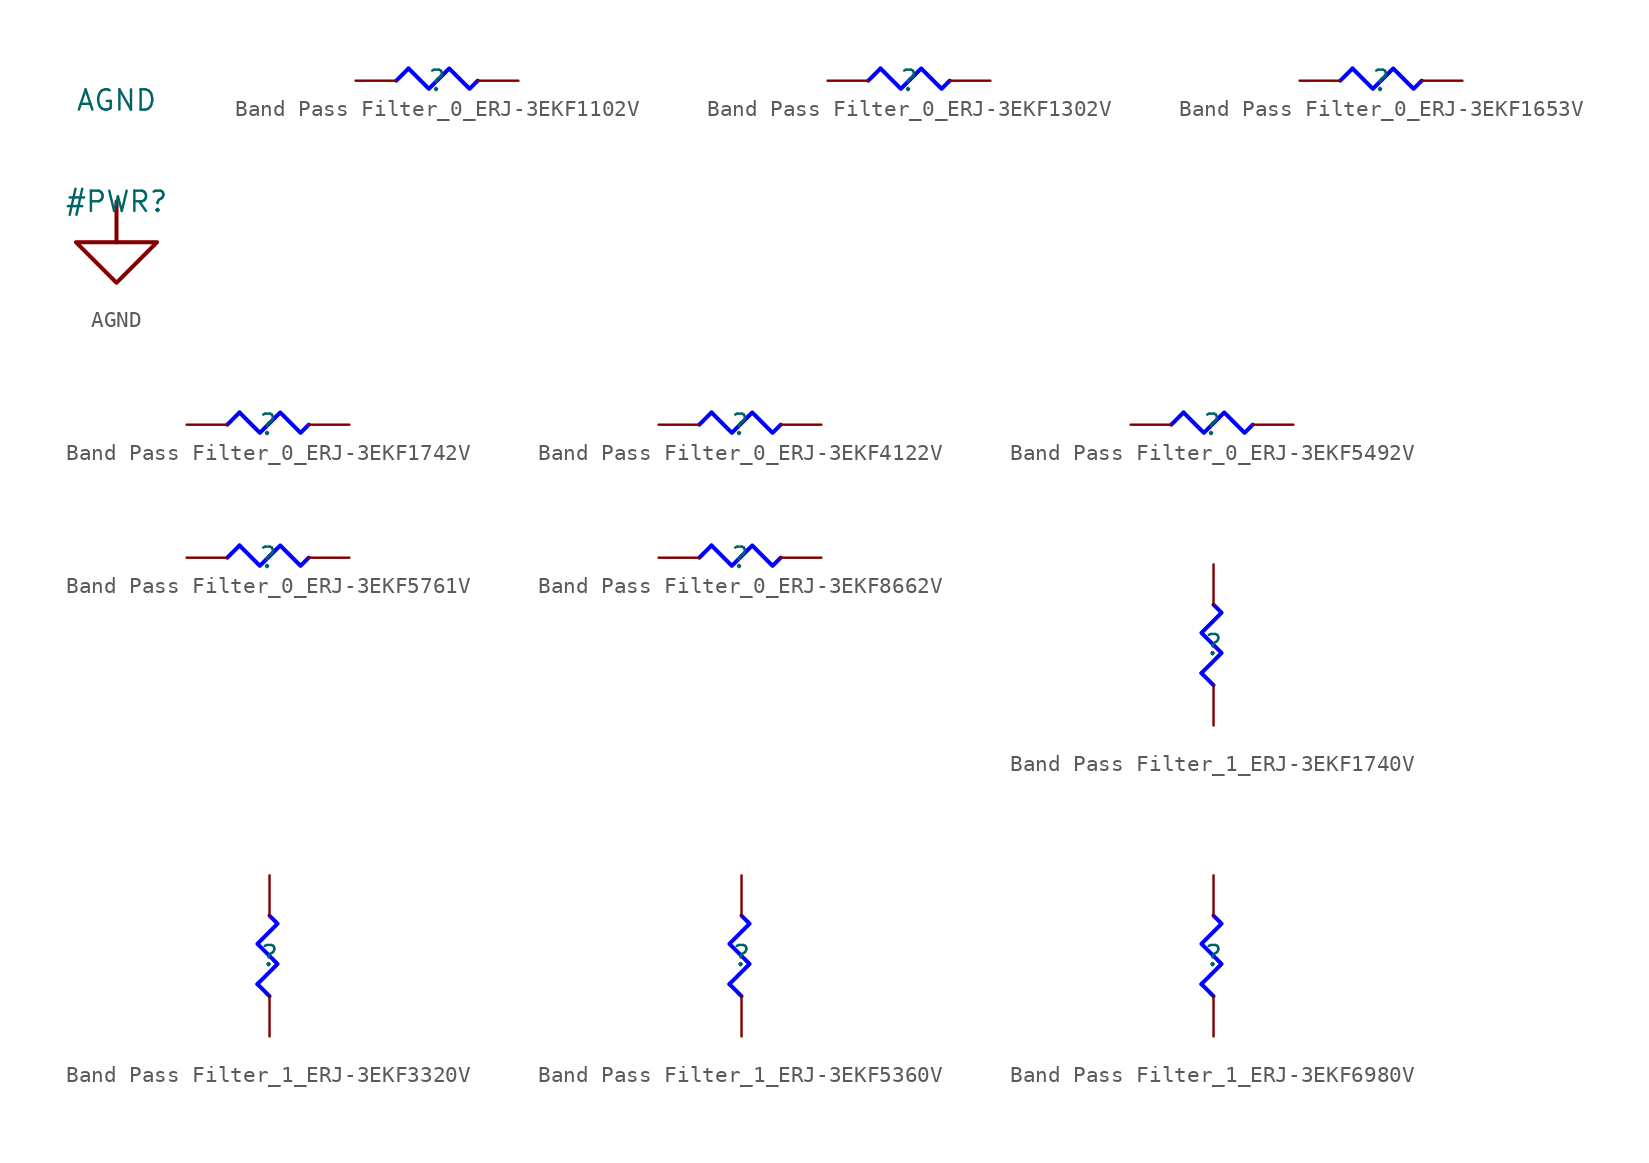
<source format=kicad_sym>
(kicad_symbol_lib
  (version 20220914)
  (generator kicad_symbol_editor)
  (symbol "AGND"
    (power)
    (property "Reference" "#PWR"
      (at 0 0 0)
      (effects (font (size 1.27 1.27))))
    (property "Value" "AGND"
      (at 0 6.35 0)
      (effects (font (size 1.27 1.27))))
    (symbol "AGND_0_0"
      (polyline (pts (xy 0 0) (xy 0 -2.54)) (stroke (width 0.254) (type solid)) (fill (type none)))
      (polyline (pts (xy -2.54 -2.54) (xy 2.54 -2.54) (xy 0 -5.08) (xy -2.54 -2.54)) (stroke (width 0.254) (type solid)) (fill (type none)))
      (pin power_in line (at 0 0 0) (length 0) hide (name "AGND" (effects (font (size 1.27 1.27)))) (number "" (effects (font (size 1.27 1.27)))))))
  (symbol "Band Pass Filter_0_ERJ-3EKF1102V"
    (property "Reference" ""
      (at 0 0 0)
      (effects (font (size 1.27 1.27))))
    (property "Value" ""
      (at 0 0 0)
      (effects (font (size 1.27 1.27))))
    (symbol "Band Pass Filter_0_ERJ-3EKF1102V_1_0"
      (polyline (pts (xy -1.778 0.762) (xy -2.54 0)) (stroke (width 0.254) (type solid) (color 0 0 255 1)) (fill (type none)))
      (polyline (pts (xy -1.778 0.762) (xy -0.508 -0.508) (xy 0.762 0.762) (xy 2.032 -0.508) (xy 2.54 0)) (stroke (width 0.254) (type solid) (color 0 0 255 1)) (fill (type none)))
      (pin passive line (at -5.08 0 0) (length 2.54) (name "1" (effects (font (size 0 0)))) (number "1" (effects (font (size 0 0)))))
      (pin passive line (at 5.08 0 180) (length 2.54) (name "2" (effects (font (size 0 0)))) (number "2" (effects (font (size 0 0)))))))
  (symbol "Band Pass Filter_0_ERJ-3EKF1302V"
    (property "Reference" ""
      (at 0 0 0)
      (effects (font (size 1.27 1.27))))
    (property "Value" ""
      (at 0 0 0)
      (effects (font (size 1.27 1.27))))
    (symbol "Band Pass Filter_0_ERJ-3EKF1302V_1_0"
      (polyline (pts (xy -1.778 0.762) (xy -2.54 0)) (stroke (width 0.254) (type solid) (color 0 0 255 1)) (fill (type none)))
      (polyline (pts (xy -1.778 0.762) (xy -0.508 -0.508) (xy 0.762 0.762) (xy 2.032 -0.508) (xy 2.54 0)) (stroke (width 0.254) (type solid) (color 0 0 255 1)) (fill (type none)))
      (pin passive line (at -5.08 0 0) (length 2.54) (name "1" (effects (font (size 0 0)))) (number "1" (effects (font (size 0 0)))))
      (pin passive line (at 5.08 0 180) (length 2.54) (name "2" (effects (font (size 0 0)))) (number "2" (effects (font (size 0 0)))))))
  (symbol "Band Pass Filter_0_ERJ-3EKF1653V"
    (property "Reference" ""
      (at 0 0 0)
      (effects (font (size 1.27 1.27))))
    (property "Value" ""
      (at 0 0 0)
      (effects (font (size 1.27 1.27))))
    (symbol "Band Pass Filter_0_ERJ-3EKF1653V_1_0"
      (polyline (pts (xy -1.778 0.762) (xy -2.54 0)) (stroke (width 0.254) (type solid) (color 0 0 255 1)) (fill (type none)))
      (polyline (pts (xy -1.778 0.762) (xy -0.508 -0.508) (xy 0.762 0.762) (xy 2.032 -0.508) (xy 2.54 0)) (stroke (width 0.254) (type solid) (color 0 0 255 1)) (fill (type none)))
      (pin passive line (at -5.08 0 0) (length 2.54) (name "1" (effects (font (size 0 0)))) (number "1" (effects (font (size 0 0)))))
      (pin passive line (at 5.08 0 180) (length 2.54) (name "2" (effects (font (size 0 0)))) (number "2" (effects (font (size 0 0)))))))
  (symbol "Band Pass Filter_0_ERJ-3EKF1742V"
    (property "Reference" ""
      (at 0 0 0)
      (effects (font (size 1.27 1.27))))
    (property "Value" ""
      (at 0 0 0)
      (effects (font (size 1.27 1.27))))
    (symbol "Band Pass Filter_0_ERJ-3EKF1742V_1_0"
      (polyline (pts (xy -1.778 0.762) (xy -2.54 0)) (stroke (width 0.254) (type solid) (color 0 0 255 1)) (fill (type none)))
      (polyline (pts (xy -1.778 0.762) (xy -0.508 -0.508) (xy 0.762 0.762) (xy 2.032 -0.508) (xy 2.54 0)) (stroke (width 0.254) (type solid) (color 0 0 255 1)) (fill (type none)))
      (pin passive line (at -5.08 0 0) (length 2.54) (name "1" (effects (font (size 0 0)))) (number "1" (effects (font (size 0 0)))))
      (pin passive line (at 5.08 0 180) (length 2.54) (name "2" (effects (font (size 0 0)))) (number "2" (effects (font (size 0 0)))))))
  (symbol "Band Pass Filter_0_ERJ-3EKF4122V"
    (property "Reference" ""
      (at 0 0 0)
      (effects (font (size 1.27 1.27))))
    (property "Value" ""
      (at 0 0 0)
      (effects (font (size 1.27 1.27))))
    (symbol "Band Pass Filter_0_ERJ-3EKF4122V_1_0"
      (polyline (pts (xy -1.778 0.762) (xy -2.54 0)) (stroke (width 0.254) (type solid) (color 0 0 255 1)) (fill (type none)))
      (polyline (pts (xy -1.778 0.762) (xy -0.508 -0.508) (xy 0.762 0.762) (xy 2.032 -0.508) (xy 2.54 0)) (stroke (width 0.254) (type solid) (color 0 0 255 1)) (fill (type none)))
      (pin passive line (at -5.08 0 0) (length 2.54) (name "1" (effects (font (size 0 0)))) (number "1" (effects (font (size 0 0)))))
      (pin passive line (at 5.08 0 180) (length 2.54) (name "2" (effects (font (size 0 0)))) (number "2" (effects (font (size 0 0)))))))
  (symbol "Band Pass Filter_0_ERJ-3EKF5492V"
    (property "Reference" ""
      (at 0 0 0)
      (effects (font (size 1.27 1.27))))
    (property "Value" ""
      (at 0 0 0)
      (effects (font (size 1.27 1.27))))
    (symbol "Band Pass Filter_0_ERJ-3EKF5492V_1_0"
      (polyline (pts (xy -1.778 0.762) (xy -2.54 0)) (stroke (width 0.254) (type solid) (color 0 0 255 1)) (fill (type none)))
      (polyline (pts (xy -1.778 0.762) (xy -0.508 -0.508) (xy 0.762 0.762) (xy 2.032 -0.508) (xy 2.54 0)) (stroke (width 0.254) (type solid) (color 0 0 255 1)) (fill (type none)))
      (pin passive line (at -5.08 0 0) (length 2.54) (name "1" (effects (font (size 0 0)))) (number "1" (effects (font (size 0 0)))))
      (pin passive line (at 5.08 0 180) (length 2.54) (name "2" (effects (font (size 0 0)))) (number "2" (effects (font (size 0 0)))))))
  (symbol "Band Pass Filter_0_ERJ-3EKF5761V"
    (property "Reference" ""
      (at 0 0 0)
      (effects (font (size 1.27 1.27))))
    (property "Value" ""
      (at 0 0 0)
      (effects (font (size 1.27 1.27))))
    (symbol "Band Pass Filter_0_ERJ-3EKF5761V_1_0"
      (polyline (pts (xy -1.778 0.762) (xy -2.54 0)) (stroke (width 0.254) (type solid) (color 0 0 255 1)) (fill (type none)))
      (polyline (pts (xy -1.778 0.762) (xy -0.508 -0.508) (xy 0.762 0.762) (xy 2.032 -0.508) (xy 2.54 0)) (stroke (width 0.254) (type solid) (color 0 0 255 1)) (fill (type none)))
      (pin passive line (at -5.08 0 0) (length 2.54) (name "1" (effects (font (size 0 0)))) (number "1" (effects (font (size 0 0)))))
      (pin passive line (at 5.08 0 180) (length 2.54) (name "2" (effects (font (size 0 0)))) (number "2" (effects (font (size 0 0)))))))
  (symbol "Band Pass Filter_0_ERJ-3EKF8662V"
    (property "Reference" ""
      (at 0 0 0)
      (effects (font (size 1.27 1.27))))
    (property "Value" ""
      (at 0 0 0)
      (effects (font (size 1.27 1.27))))
    (symbol "Band Pass Filter_0_ERJ-3EKF8662V_1_0"
      (polyline (pts (xy -1.778 0.762) (xy -2.54 0)) (stroke (width 0.254) (type solid) (color 0 0 255 1)) (fill (type none)))
      (polyline (pts (xy -1.778 0.762) (xy -0.508 -0.508) (xy 0.762 0.762) (xy 2.032 -0.508) (xy 2.54 0)) (stroke (width 0.254) (type solid) (color 0 0 255 1)) (fill (type none)))
      (pin passive line (at -5.08 0 0) (length 2.54) (name "1" (effects (font (size 0 0)))) (number "1" (effects (font (size 0 0)))))
      (pin passive line (at 5.08 0 180) (length 2.54) (name "2" (effects (font (size 0 0)))) (number "2" (effects (font (size 0 0)))))))
  (symbol "Band Pass Filter_1_ERJ-3EKF1740V"
    (property "Reference" ""
      (at 0 0 0)
      (effects (font (size 1.27 1.27))))
    (property "Value" ""
      (at 0 0 0)
      (effects (font (size 1.27 1.27))))
    (symbol "Band Pass Filter_1_ERJ-3EKF1740V_1_0"
      (polyline (pts (xy -0.762 -1.778) (xy 0 -2.54)) (stroke (width 0.254) (type solid) (color 0 0 255 1)) (fill (type none)))
      (polyline (pts (xy -0.762 -1.778) (xy 0.508 -0.508) (xy -0.762 0.762) (xy 0.508 2.032) (xy 0 2.54)) (stroke (width 0.254) (type solid) (color 0 0 255 1)) (fill (type none)))
      (pin passive line (at 0 -5.08 90) (length 2.54) (name "1" (effects (font (size 0 0)))) (number "1" (effects (font (size 0 0)))))
      (pin passive line (at 0 5.08 270) (length 2.54) (name "2" (effects (font (size 0 0)))) (number "2" (effects (font (size 0 0)))))))
  (symbol "Band Pass Filter_1_ERJ-3EKF3320V"
    (property "Reference" ""
      (at 0 0 0)
      (effects (font (size 1.27 1.27))))
    (property "Value" ""
      (at 0 0 0)
      (effects (font (size 1.27 1.27))))
    (symbol "Band Pass Filter_1_ERJ-3EKF3320V_1_0"
      (polyline (pts (xy -0.762 -1.778) (xy 0 -2.54)) (stroke (width 0.254) (type solid) (color 0 0 255 1)) (fill (type none)))
      (polyline (pts (xy -0.762 -1.778) (xy 0.508 -0.508) (xy -0.762 0.762) (xy 0.508 2.032) (xy 0 2.54)) (stroke (width 0.254) (type solid) (color 0 0 255 1)) (fill (type none)))
      (pin passive line (at 0 -5.08 90) (length 2.54) (name "1" (effects (font (size 0 0)))) (number "1" (effects (font (size 0 0)))))
      (pin passive line (at 0 5.08 270) (length 2.54) (name "2" (effects (font (size 0 0)))) (number "2" (effects (font (size 0 0)))))))
  (symbol "Band Pass Filter_1_ERJ-3EKF5360V"
    (property "Reference" ""
      (at 0 0 0)
      (effects (font (size 1.27 1.27))))
    (property "Value" ""
      (at 0 0 0)
      (effects (font (size 1.27 1.27))))
    (symbol "Band Pass Filter_1_ERJ-3EKF5360V_1_0"
      (polyline (pts (xy -0.762 -1.778) (xy 0 -2.54)) (stroke (width 0.254) (type solid) (color 0 0 255 1)) (fill (type none)))
      (polyline (pts (xy -0.762 -1.778) (xy 0.508 -0.508) (xy -0.762 0.762) (xy 0.508 2.032) (xy 0 2.54)) (stroke (width 0.254) (type solid) (color 0 0 255 1)) (fill (type none)))
      (pin passive line (at 0 -5.08 90) (length 2.54) (name "1" (effects (font (size 0 0)))) (number "1" (effects (font (size 0 0)))))
      (pin passive line (at 0 5.08 270) (length 2.54) (name "2" (effects (font (size 0 0)))) (number "2" (effects (font (size 0 0)))))))
  (symbol "Band Pass Filter_1_ERJ-3EKF6980V"
    (property "Reference" ""
      (at 0 0 0)
      (effects (font (size 1.27 1.27))))
    (property "Value" ""
      (at 0 0 0)
      (effects (font (size 1.27 1.27))))
    (symbol "Band Pass Filter_1_ERJ-3EKF6980V_1_0"
      (polyline (pts (xy -0.762 -1.778) (xy 0 -2.54)) (stroke (width 0.254) (type solid) (color 0 0 255 1)) (fill (type none)))
      (polyline (pts (xy -0.762 -1.778) (xy 0.508 -0.508) (xy -0.762 0.762) (xy 0.508 2.032) (xy 0 2.54)) (stroke (width 0.254) (type solid) (color 0 0 255 1)) (fill (type none)))
      (pin passive line (at 0 -5.08 90) (length 2.54) (name "1" (effects (font (size 0 0)))) (number "1" (effects (font (size 0 0)))))
      (pin passive line (at 0 5.08 270) (length 2.54) (name "2" (effects (font (size 0 0)))) (number "2" (effects (font (size 0 0))))))))
</source>
